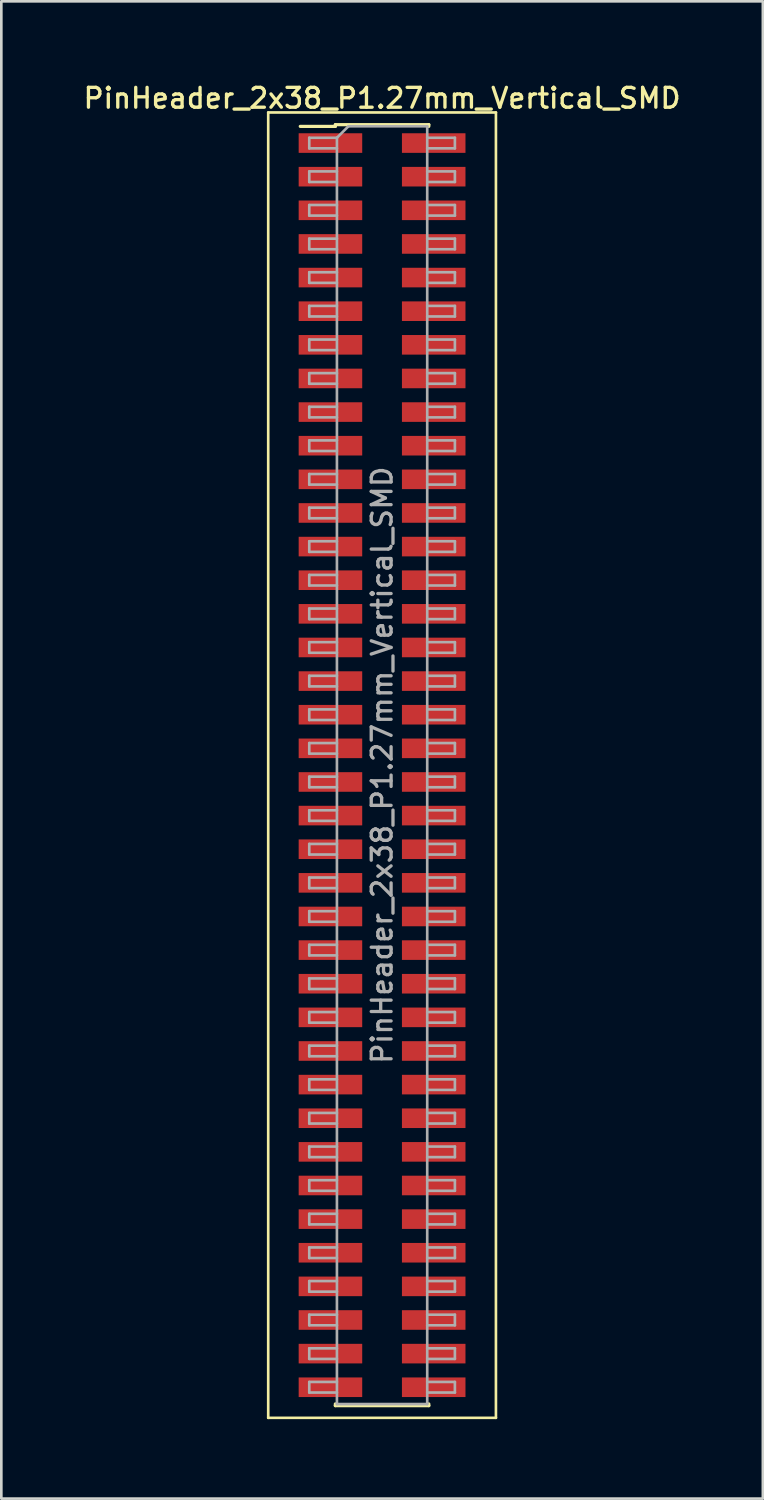
<source format=kicad_pcb>
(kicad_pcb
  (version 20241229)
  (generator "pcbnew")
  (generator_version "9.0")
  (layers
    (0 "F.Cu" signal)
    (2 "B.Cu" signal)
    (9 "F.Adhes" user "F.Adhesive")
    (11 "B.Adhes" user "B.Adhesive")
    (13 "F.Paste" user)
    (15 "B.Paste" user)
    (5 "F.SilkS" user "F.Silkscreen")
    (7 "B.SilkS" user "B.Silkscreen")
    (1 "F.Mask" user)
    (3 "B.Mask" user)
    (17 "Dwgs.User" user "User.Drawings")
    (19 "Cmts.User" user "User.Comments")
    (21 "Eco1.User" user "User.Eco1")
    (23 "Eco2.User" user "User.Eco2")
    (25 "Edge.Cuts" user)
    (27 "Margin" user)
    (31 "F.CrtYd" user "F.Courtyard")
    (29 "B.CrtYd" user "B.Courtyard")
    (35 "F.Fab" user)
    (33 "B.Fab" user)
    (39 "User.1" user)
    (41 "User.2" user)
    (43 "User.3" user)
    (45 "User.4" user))
  (footprint "PinHeader_2x38_P1.27mm_Vertical_SMD"
    (layer "F.Cu")
    (at 11.38 25.848)
    (property "Reference" "PinHeader_2x38_P1.27mm_Vertical_SMD" (at 0 -25.19 0) (layer "F.SilkS") (effects (font (size 0.75 0.75) (thickness 0.125))))
    (attr smd)
    (fp_line (start -4.3 -24.65) (end -4.3 24.65) (stroke (width 0.1) (type solid)) (layer "F.SilkS"))
    (fp_line (start -4.3 24.65) (end 4.3 24.65) (stroke (width 0.1) (type solid)) (layer "F.SilkS"))
    (fp_line (start -3.09 -24.125) (end -1.765 -24.125) (stroke (width 0.12) (type solid)) (layer "F.SilkS"))
    (fp_line (start -1.765 -24.19) (end -1.765 -24.125) (stroke (width 0.12) (type solid)) (layer "F.SilkS"))
    (fp_line (start -1.765 -24.19) (end 1.765 -24.19) (stroke (width 0.12) (type solid)) (layer "F.SilkS"))
    (fp_line (start -1.765 24.125) (end -1.765 24.19) (stroke (width 0.12) (type solid)) (layer "F.SilkS"))
    (fp_line (start -1.765 24.19) (end 1.765 24.19) (stroke (width 0.12) (type solid)) (layer "F.SilkS"))
    (fp_line (start 1.765 -24.19) (end 1.765 -24.125) (stroke (width 0.12) (type solid)) (layer "F.SilkS"))
    (fp_line (start 1.765 24.125) (end 1.765 24.19) (stroke (width 0.12) (type solid)) (layer "F.SilkS"))
    (fp_line (start 4.3 -24.65) (end -4.3 -24.65) (stroke (width 0.1) (type solid)) (layer "F.SilkS"))
    (fp_line (start 4.3 24.65) (end 4.3 -24.65) (stroke (width 0.1) (type solid)) (layer "F.SilkS"))
    (fp_line (start -2.75 -23.695) (end -2.75 -23.295) (stroke (width 0.1) (type solid)) (layer "F.Fab"))
    (fp_line (start -2.75 -23.295) (end -1.705 -23.295) (stroke (width 0.1) (type solid)) (layer "F.Fab"))
    (fp_line (start -2.75 -22.425) (end -2.75 -22.025) (stroke (width 0.1) (type solid)) (layer "F.Fab"))
    (fp_line (start -2.75 -22.025) (end -1.705 -22.025) (stroke (width 0.1) (type solid)) (layer "F.Fab"))
    (fp_line (start -2.75 -21.155) (end -2.75 -20.755) (stroke (width 0.1) (type solid)) (layer "F.Fab"))
    (fp_line (start -2.75 -20.755) (end -1.705 -20.755) (stroke (width 0.1) (type solid)) (layer "F.Fab"))
    (fp_line (start -2.75 -19.885) (end -2.75 -19.485) (stroke (width 0.1) (type solid)) (layer "F.Fab"))
    (fp_line (start -2.75 -19.485) (end -1.705 -19.485) (stroke (width 0.1) (type solid)) (layer "F.Fab"))
    (fp_line (start -2.75 -18.615) (end -2.75 -18.215) (stroke (width 0.1) (type solid)) (layer "F.Fab"))
    (fp_line (start -2.75 -18.215) (end -1.705 -18.215) (stroke (width 0.1) (type solid)) (layer "F.Fab"))
    (fp_line (start -2.75 -17.345) (end -2.75 -16.945) (stroke (width 0.1) (type solid)) (layer "F.Fab"))
    (fp_line (start -2.75 -16.945) (end -1.705 -16.945) (stroke (width 0.1) (type solid)) (layer "F.Fab"))
    (fp_line (start -2.75 -16.075) (end -2.75 -15.675) (stroke (width 0.1) (type solid)) (layer "F.Fab"))
    (fp_line (start -2.75 -15.675) (end -1.705 -15.675) (stroke (width 0.1) (type solid)) (layer "F.Fab"))
    (fp_line (start -2.75 -14.805) (end -2.75 -14.405) (stroke (width 0.1) (type solid)) (layer "F.Fab"))
    (fp_line (start -2.75 -14.405) (end -1.705 -14.405) (stroke (width 0.1) (type solid)) (layer "F.Fab"))
    (fp_line (start -2.75 -13.535) (end -2.75 -13.135) (stroke (width 0.1) (type solid)) (layer "F.Fab"))
    (fp_line (start -2.75 -13.135) (end -1.705 -13.135) (stroke (width 0.1) (type solid)) (layer "F.Fab"))
    (fp_line (start -2.75 -12.265) (end -2.75 -11.865) (stroke (width 0.1) (type solid)) (layer "F.Fab"))
    (fp_line (start -2.75 -11.865) (end -1.705 -11.865) (stroke (width 0.1) (type solid)) (layer "F.Fab"))
    (fp_line (start -2.75 -10.995) (end -2.75 -10.595) (stroke (width 0.1) (type solid)) (layer "F.Fab"))
    (fp_line (start -2.75 -10.595) (end -1.705 -10.595) (stroke (width 0.1) (type solid)) (layer "F.Fab"))
    (fp_line (start -2.75 -9.725) (end -2.75 -9.325) (stroke (width 0.1) (type solid)) (layer "F.Fab"))
    (fp_line (start -2.75 -9.325) (end -1.705 -9.325) (stroke (width 0.1) (type solid)) (layer "F.Fab"))
    (fp_line (start -2.75 -8.455) (end -2.75 -8.055) (stroke (width 0.1) (type solid)) (layer "F.Fab"))
    (fp_line (start -2.75 -8.055) (end -1.705 -8.055) (stroke (width 0.1) (type solid)) (layer "F.Fab"))
    (fp_line (start -2.75 -7.185) (end -2.75 -6.785) (stroke (width 0.1) (type solid)) (layer "F.Fab"))
    (fp_line (start -2.75 -6.785) (end -1.705 -6.785) (stroke (width 0.1) (type solid)) (layer "F.Fab"))
    (fp_line (start -2.75 -5.915) (end -2.75 -5.515) (stroke (width 0.1) (type solid)) (layer "F.Fab"))
    (fp_line (start -2.75 -5.515) (end -1.705 -5.515) (stroke (width 0.1) (type solid)) (layer "F.Fab"))
    (fp_line (start -2.75 -4.645) (end -2.75 -4.245) (stroke (width 0.1) (type solid)) (layer "F.Fab"))
    (fp_line (start -2.75 -4.245) (end -1.705 -4.245) (stroke (width 0.1) (type solid)) (layer "F.Fab"))
    (fp_line (start -2.75 -3.375) (end -2.75 -2.975) (stroke (width 0.1) (type solid)) (layer "F.Fab"))
    (fp_line (start -2.75 -2.975) (end -1.705 -2.975) (stroke (width 0.1) (type solid)) (layer "F.Fab"))
    (fp_line (start -2.75 -2.105) (end -2.75 -1.705) (stroke (width 0.1) (type solid)) (layer "F.Fab"))
    (fp_line (start -2.75 -1.705) (end -1.705 -1.705) (stroke (width 0.1) (type solid)) (layer "F.Fab"))
    (fp_line (start -2.75 -0.835) (end -2.75 -0.435) (stroke (width 0.1) (type solid)) (layer "F.Fab"))
    (fp_line (start -2.75 -0.435) (end -1.705 -0.435) (stroke (width 0.1) (type solid)) (layer "F.Fab"))
    (fp_line (start -2.75 0.435) (end -2.75 0.835) (stroke (width 0.1) (type solid)) (layer "F.Fab"))
    (fp_line (start -2.75 0.835) (end -1.705 0.835) (stroke (width 0.1) (type solid)) (layer "F.Fab"))
    (fp_line (start -2.75 1.705) (end -2.75 2.105) (stroke (width 0.1) (type solid)) (layer "F.Fab"))
    (fp_line (start -2.75 2.105) (end -1.705 2.105) (stroke (width 0.1) (type solid)) (layer "F.Fab"))
    (fp_line (start -2.75 2.975) (end -2.75 3.375) (stroke (width 0.1) (type solid)) (layer "F.Fab"))
    (fp_line (start -2.75 3.375) (end -1.705 3.375) (stroke (width 0.1) (type solid)) (layer "F.Fab"))
    (fp_line (start -2.75 4.245) (end -2.75 4.645) (stroke (width 0.1) (type solid)) (layer "F.Fab"))
    (fp_line (start -2.75 4.645) (end -1.705 4.645) (stroke (width 0.1) (type solid)) (layer "F.Fab"))
    (fp_line (start -2.75 5.515) (end -2.75 5.915) (stroke (width 0.1) (type solid)) (layer "F.Fab"))
    (fp_line (start -2.75 5.915) (end -1.705 5.915) (stroke (width 0.1) (type solid)) (layer "F.Fab"))
    (fp_line (start -2.75 6.785) (end -2.75 7.185) (stroke (width 0.1) (type solid)) (layer "F.Fab"))
    (fp_line (start -2.75 7.185) (end -1.705 7.185) (stroke (width 0.1) (type solid)) (layer "F.Fab"))
    (fp_line (start -2.75 8.055) (end -2.75 8.455) (stroke (width 0.1) (type solid)) (layer "F.Fab"))
    (fp_line (start -2.75 8.455) (end -1.705 8.455) (stroke (width 0.1) (type solid)) (layer "F.Fab"))
    (fp_line (start -2.75 9.325) (end -2.75 9.725) (stroke (width 0.1) (type solid)) (layer "F.Fab"))
    (fp_line (start -2.75 9.725) (end -1.705 9.725) (stroke (width 0.1) (type solid)) (layer "F.Fab"))
    (fp_line (start -2.75 10.595) (end -2.75 10.995) (stroke (width 0.1) (type solid)) (layer "F.Fab"))
    (fp_line (start -2.75 10.995) (end -1.705 10.995) (stroke (width 0.1) (type solid)) (layer "F.Fab"))
    (fp_line (start -2.75 11.865) (end -2.75 12.265) (stroke (width 0.1) (type solid)) (layer "F.Fab"))
    (fp_line (start -2.75 12.265) (end -1.705 12.265) (stroke (width 0.1) (type solid)) (layer "F.Fab"))
    (fp_line (start -2.75 13.135) (end -2.75 13.535) (stroke (width 0.1) (type solid)) (layer "F.Fab"))
    (fp_line (start -2.75 13.535) (end -1.705 13.535) (stroke (width 0.1) (type solid)) (layer "F.Fab"))
    (fp_line (start -2.75 14.405) (end -2.75 14.805) (stroke (width 0.1) (type solid)) (layer "F.Fab"))
    (fp_line (start -2.75 14.805) (end -1.705 14.805) (stroke (width 0.1) (type solid)) (layer "F.Fab"))
    (fp_line (start -2.75 15.675) (end -2.75 16.075) (stroke (width 0.1) (type solid)) (layer "F.Fab"))
    (fp_line (start -2.75 16.075) (end -1.705 16.075) (stroke (width 0.1) (type solid)) (layer "F.Fab"))
    (fp_line (start -2.75 16.945) (end -2.75 17.345) (stroke (width 0.1) (type solid)) (layer "F.Fab"))
    (fp_line (start -2.75 17.345) (end -1.705 17.345) (stroke (width 0.1) (type solid)) (layer "F.Fab"))
    (fp_line (start -2.75 18.215) (end -2.75 18.615) (stroke (width 0.1) (type solid)) (layer "F.Fab"))
    (fp_line (start -2.75 18.615) (end -1.705 18.615) (stroke (width 0.1) (type solid)) (layer "F.Fab"))
    (fp_line (start -2.75 19.485) (end -2.75 19.885) (stroke (width 0.1) (type solid)) (layer "F.Fab"))
    (fp_line (start -2.75 19.885) (end -1.705 19.885) (stroke (width 0.1) (type solid)) (layer "F.Fab"))
    (fp_line (start -2.75 20.755) (end -2.75 21.155) (stroke (width 0.1) (type solid)) (layer "F.Fab"))
    (fp_line (start -2.75 21.155) (end -1.705 21.155) (stroke (width 0.1) (type solid)) (layer "F.Fab"))
    (fp_line (start -2.75 22.025) (end -2.75 22.425) (stroke (width 0.1) (type solid)) (layer "F.Fab"))
    (fp_line (start -2.75 22.425) (end -1.705 22.425) (stroke (width 0.1) (type solid)) (layer "F.Fab"))
    (fp_line (start -2.75 23.295) (end -2.75 23.695) (stroke (width 0.1) (type solid)) (layer "F.Fab"))
    (fp_line (start -2.75 23.695) (end -1.705 23.695) (stroke (width 0.1) (type solid)) (layer "F.Fab"))
    (fp_line (start -1.705 -23.695) (end -2.75 -23.695) (stroke (width 0.1) (type solid)) (layer "F.Fab"))
    (fp_line (start -1.705 -23.695) (end -1.27 -24.13) (stroke (width 0.1) (type solid)) (layer "F.Fab"))
    (fp_line (start -1.705 -22.425) (end -2.75 -22.425) (stroke (width 0.1) (type solid)) (layer "F.Fab"))
    (fp_line (start -1.705 -21.155) (end -2.75 -21.155) (stroke (width 0.1) (type solid)) (layer "F.Fab"))
    (fp_line (start -1.705 -19.885) (end -2.75 -19.885) (stroke (width 0.1) (type solid)) (layer "F.Fab"))
    (fp_line (start -1.705 -18.615) (end -2.75 -18.615) (stroke (width 0.1) (type solid)) (layer "F.Fab"))
    (fp_line (start -1.705 -17.345) (end -2.75 -17.345) (stroke (width 0.1) (type solid)) (layer "F.Fab"))
    (fp_line (start -1.705 -16.075) (end -2.75 -16.075) (stroke (width 0.1) (type solid)) (layer "F.Fab"))
    (fp_line (start -1.705 -14.805) (end -2.75 -14.805) (stroke (width 0.1) (type solid)) (layer "F.Fab"))
    (fp_line (start -1.705 -13.535) (end -2.75 -13.535) (stroke (width 0.1) (type solid)) (layer "F.Fab"))
    (fp_line (start -1.705 -12.265) (end -2.75 -12.265) (stroke (width 0.1) (type solid)) (layer "F.Fab"))
    (fp_line (start -1.705 -10.995) (end -2.75 -10.995) (stroke (width 0.1) (type solid)) (layer "F.Fab"))
    (fp_line (start -1.705 -9.725) (end -2.75 -9.725) (stroke (width 0.1) (type solid)) (layer "F.Fab"))
    (fp_line (start -1.705 -8.455) (end -2.75 -8.455) (stroke (width 0.1) (type solid)) (layer "F.Fab"))
    (fp_line (start -1.705 -7.185) (end -2.75 -7.185) (stroke (width 0.1) (type solid)) (layer "F.Fab"))
    (fp_line (start -1.705 -5.915) (end -2.75 -5.915) (stroke (width 0.1) (type solid)) (layer "F.Fab"))
    (fp_line (start -1.705 -4.645) (end -2.75 -4.645) (stroke (width 0.1) (type solid)) (layer "F.Fab"))
    (fp_line (start -1.705 -3.375) (end -2.75 -3.375) (stroke (width 0.1) (type solid)) (layer "F.Fab"))
    (fp_line (start -1.705 -2.105) (end -2.75 -2.105) (stroke (width 0.1) (type solid)) (layer "F.Fab"))
    (fp_line (start -1.705 -0.835) (end -2.75 -0.835) (stroke (width 0.1) (type solid)) (layer "F.Fab"))
    (fp_line (start -1.705 0.435) (end -2.75 0.435) (stroke (width 0.1) (type solid)) (layer "F.Fab"))
    (fp_line (start -1.705 1.705) (end -2.75 1.705) (stroke (width 0.1) (type solid)) (layer "F.Fab"))
    (fp_line (start -1.705 2.975) (end -2.75 2.975) (stroke (width 0.1) (type solid)) (layer "F.Fab"))
    (fp_line (start -1.705 4.245) (end -2.75 4.245) (stroke (width 0.1) (type solid)) (layer "F.Fab"))
    (fp_line (start -1.705 5.515) (end -2.75 5.515) (stroke (width 0.1) (type solid)) (layer "F.Fab"))
    (fp_line (start -1.705 6.785) (end -2.75 6.785) (stroke (width 0.1) (type solid)) (layer "F.Fab"))
    (fp_line (start -1.705 8.055) (end -2.75 8.055) (stroke (width 0.1) (type solid)) (layer "F.Fab"))
    (fp_line (start -1.705 9.325) (end -2.75 9.325) (stroke (width 0.1) (type solid)) (layer "F.Fab"))
    (fp_line (start -1.705 10.595) (end -2.75 10.595) (stroke (width 0.1) (type solid)) (layer "F.Fab"))
    (fp_line (start -1.705 11.865) (end -2.75 11.865) (stroke (width 0.1) (type solid)) (layer "F.Fab"))
    (fp_line (start -1.705 13.135) (end -2.75 13.135) (stroke (width 0.1) (type solid)) (layer "F.Fab"))
    (fp_line (start -1.705 14.405) (end -2.75 14.405) (stroke (width 0.1) (type solid)) (layer "F.Fab"))
    (fp_line (start -1.705 15.675) (end -2.75 15.675) (stroke (width 0.1) (type solid)) (layer "F.Fab"))
    (fp_line (start -1.705 16.945) (end -2.75 16.945) (stroke (width 0.1) (type solid)) (layer "F.Fab"))
    (fp_line (start -1.705 18.215) (end -2.75 18.215) (stroke (width 0.1) (type solid)) (layer "F.Fab"))
    (fp_line (start -1.705 19.485) (end -2.75 19.485) (stroke (width 0.1) (type solid)) (layer "F.Fab"))
    (fp_line (start -1.705 20.755) (end -2.75 20.755) (stroke (width 0.1) (type solid)) (layer "F.Fab"))
    (fp_line (start -1.705 22.025) (end -2.75 22.025) (stroke (width 0.1) (type solid)) (layer "F.Fab"))
    (fp_line (start -1.705 23.295) (end -2.75 23.295) (stroke (width 0.1) (type solid)) (layer "F.Fab"))
    (fp_line (start -1.705 24.13) (end -1.705 -23.695) (stroke (width 0.1) (type solid)) (layer "F.Fab"))
    (fp_line (start -1.27 -24.13) (end 1.705 -24.13) (stroke (width 0.1) (type solid)) (layer "F.Fab"))
    (fp_line (start 1.705 -24.13) (end 1.705 24.13) (stroke (width 0.1) (type solid)) (layer "F.Fab"))
    (fp_line (start 1.705 -23.695) (end 2.75 -23.695) (stroke (width 0.1) (type solid)) (layer "F.Fab"))
    (fp_line (start 1.705 -22.425) (end 2.75 -22.425) (stroke (width 0.1) (type solid)) (layer "F.Fab"))
    (fp_line (start 1.705 -21.155) (end 2.75 -21.155) (stroke (width 0.1) (type solid)) (layer "F.Fab"))
    (fp_line (start 1.705 -19.885) (end 2.75 -19.885) (stroke (width 0.1) (type solid)) (layer "F.Fab"))
    (fp_line (start 1.705 -18.615) (end 2.75 -18.615) (stroke (width 0.1) (type solid)) (layer "F.Fab"))
    (fp_line (start 1.705 -17.345) (end 2.75 -17.345) (stroke (width 0.1) (type solid)) (layer "F.Fab"))
    (fp_line (start 1.705 -16.075) (end 2.75 -16.075) (stroke (width 0.1) (type solid)) (layer "F.Fab"))
    (fp_line (start 1.705 -14.805) (end 2.75 -14.805) (stroke (width 0.1) (type solid)) (layer "F.Fab"))
    (fp_line (start 1.705 -13.535) (end 2.75 -13.535) (stroke (width 0.1) (type solid)) (layer "F.Fab"))
    (fp_line (start 1.705 -12.265) (end 2.75 -12.265) (stroke (width 0.1) (type solid)) (layer "F.Fab"))
    (fp_line (start 1.705 -10.995) (end 2.75 -10.995) (stroke (width 0.1) (type solid)) (layer "F.Fab"))
    (fp_line (start 1.705 -9.725) (end 2.75 -9.725) (stroke (width 0.1) (type solid)) (layer "F.Fab"))
    (fp_line (start 1.705 -8.455) (end 2.75 -8.455) (stroke (width 0.1) (type solid)) (layer "F.Fab"))
    (fp_line (start 1.705 -7.185) (end 2.75 -7.185) (stroke (width 0.1) (type solid)) (layer "F.Fab"))
    (fp_line (start 1.705 -5.915) (end 2.75 -5.915) (stroke (width 0.1) (type solid)) (layer "F.Fab"))
    (fp_line (start 1.705 -4.645) (end 2.75 -4.645) (stroke (width 0.1) (type solid)) (layer "F.Fab"))
    (fp_line (start 1.705 -3.375) (end 2.75 -3.375) (stroke (width 0.1) (type solid)) (layer "F.Fab"))
    (fp_line (start 1.705 -2.105) (end 2.75 -2.105) (stroke (width 0.1) (type solid)) (layer "F.Fab"))
    (fp_line (start 1.705 -0.835) (end 2.75 -0.835) (stroke (width 0.1) (type solid)) (layer "F.Fab"))
    (fp_line (start 1.705 0.435) (end 2.75 0.435) (stroke (width 0.1) (type solid)) (layer "F.Fab"))
    (fp_line (start 1.705 1.705) (end 2.75 1.705) (stroke (width 0.1) (type solid)) (layer "F.Fab"))
    (fp_line (start 1.705 2.975) (end 2.75 2.975) (stroke (width 0.1) (type solid)) (layer "F.Fab"))
    (fp_line (start 1.705 4.245) (end 2.75 4.245) (stroke (width 0.1) (type solid)) (layer "F.Fab"))
    (fp_line (start 1.705 5.515) (end 2.75 5.515) (stroke (width 0.1) (type solid)) (layer "F.Fab"))
    (fp_line (start 1.705 6.785) (end 2.75 6.785) (stroke (width 0.1) (type solid)) (layer "F.Fab"))
    (fp_line (start 1.705 8.055) (end 2.75 8.055) (stroke (width 0.1) (type solid)) (layer "F.Fab"))
    (fp_line (start 1.705 9.325) (end 2.75 9.325) (stroke (width 0.1) (type solid)) (layer "F.Fab"))
    (fp_line (start 1.705 10.595) (end 2.75 10.595) (stroke (width 0.1) (type solid)) (layer "F.Fab"))
    (fp_line (start 1.705 11.865) (end 2.75 11.865) (stroke (width 0.1) (type solid)) (layer "F.Fab"))
    (fp_line (start 1.705 13.135) (end 2.75 13.135) (stroke (width 0.1) (type solid)) (layer "F.Fab"))
    (fp_line (start 1.705 14.405) (end 2.75 14.405) (stroke (width 0.1) (type solid)) (layer "F.Fab"))
    (fp_line (start 1.705 15.675) (end 2.75 15.675) (stroke (width 0.1) (type solid)) (layer "F.Fab"))
    (fp_line (start 1.705 16.945) (end 2.75 16.945) (stroke (width 0.1) (type solid)) (layer "F.Fab"))
    (fp_line (start 1.705 18.215) (end 2.75 18.215) (stroke (width 0.1) (type solid)) (layer "F.Fab"))
    (fp_line (start 1.705 19.485) (end 2.75 19.485) (stroke (width 0.1) (type solid)) (layer "F.Fab"))
    (fp_line (start 1.705 20.755) (end 2.75 20.755) (stroke (width 0.1) (type solid)) (layer "F.Fab"))
    (fp_line (start 1.705 22.025) (end 2.75 22.025) (stroke (width 0.1) (type solid)) (layer "F.Fab"))
    (fp_line (start 1.705 23.295) (end 2.75 23.295) (stroke (width 0.1) (type solid)) (layer "F.Fab"))
    (fp_line (start 1.705 24.13) (end -1.705 24.13) (stroke (width 0.1) (type solid)) (layer "F.Fab"))
    (fp_line (start 2.75 -23.695) (end 2.75 -23.295) (stroke (width 0.1) (type solid)) (layer "F.Fab"))
    (fp_line (start 2.75 -23.295) (end 1.705 -23.295) (stroke (width 0.1) (type solid)) (layer "F.Fab"))
    (fp_line (start 2.75 -22.425) (end 2.75 -22.025) (stroke (width 0.1) (type solid)) (layer "F.Fab"))
    (fp_line (start 2.75 -22.025) (end 1.705 -22.025) (stroke (width 0.1) (type solid)) (layer "F.Fab"))
    (fp_line (start 2.75 -21.155) (end 2.75 -20.755) (stroke (width 0.1) (type solid)) (layer "F.Fab"))
    (fp_line (start 2.75 -20.755) (end 1.705 -20.755) (stroke (width 0.1) (type solid)) (layer "F.Fab"))
    (fp_line (start 2.75 -19.885) (end 2.75 -19.485) (stroke (width 0.1) (type solid)) (layer "F.Fab"))
    (fp_line (start 2.75 -19.485) (end 1.705 -19.485) (stroke (width 0.1) (type solid)) (layer "F.Fab"))
    (fp_line (start 2.75 -18.615) (end 2.75 -18.215) (stroke (width 0.1) (type solid)) (layer "F.Fab"))
    (fp_line (start 2.75 -18.215) (end 1.705 -18.215) (stroke (width 0.1) (type solid)) (layer "F.Fab"))
    (fp_line (start 2.75 -17.345) (end 2.75 -16.945) (stroke (width 0.1) (type solid)) (layer "F.Fab"))
    (fp_line (start 2.75 -16.945) (end 1.705 -16.945) (stroke (width 0.1) (type solid)) (layer "F.Fab"))
    (fp_line (start 2.75 -16.075) (end 2.75 -15.675) (stroke (width 0.1) (type solid)) (layer "F.Fab"))
    (fp_line (start 2.75 -15.675) (end 1.705 -15.675) (stroke (width 0.1) (type solid)) (layer "F.Fab"))
    (fp_line (start 2.75 -14.805) (end 2.75 -14.405) (stroke (width 0.1) (type solid)) (layer "F.Fab"))
    (fp_line (start 2.75 -14.405) (end 1.705 -14.405) (stroke (width 0.1) (type solid)) (layer "F.Fab"))
    (fp_line (start 2.75 -13.535) (end 2.75 -13.135) (stroke (width 0.1) (type solid)) (layer "F.Fab"))
    (fp_line (start 2.75 -13.135) (end 1.705 -13.135) (stroke (width 0.1) (type solid)) (layer "F.Fab"))
    (fp_line (start 2.75 -12.265) (end 2.75 -11.865) (stroke (width 0.1) (type solid)) (layer "F.Fab"))
    (fp_line (start 2.75 -11.865) (end 1.705 -11.865) (stroke (width 0.1) (type solid)) (layer "F.Fab"))
    (fp_line (start 2.75 -10.995) (end 2.75 -10.595) (stroke (width 0.1) (type solid)) (layer "F.Fab"))
    (fp_line (start 2.75 -10.595) (end 1.705 -10.595) (stroke (width 0.1) (type solid)) (layer "F.Fab"))
    (fp_line (start 2.75 -9.725) (end 2.75 -9.325) (stroke (width 0.1) (type solid)) (layer "F.Fab"))
    (fp_line (start 2.75 -9.325) (end 1.705 -9.325) (stroke (width 0.1) (type solid)) (layer "F.Fab"))
    (fp_line (start 2.75 -8.455) (end 2.75 -8.055) (stroke (width 0.1) (type solid)) (layer "F.Fab"))
    (fp_line (start 2.75 -8.055) (end 1.705 -8.055) (stroke (width 0.1) (type solid)) (layer "F.Fab"))
    (fp_line (start 2.75 -7.185) (end 2.75 -6.785) (stroke (width 0.1) (type solid)) (layer "F.Fab"))
    (fp_line (start 2.75 -6.785) (end 1.705 -6.785) (stroke (width 0.1) (type solid)) (layer "F.Fab"))
    (fp_line (start 2.75 -5.915) (end 2.75 -5.515) (stroke (width 0.1) (type solid)) (layer "F.Fab"))
    (fp_line (start 2.75 -5.515) (end 1.705 -5.515) (stroke (width 0.1) (type solid)) (layer "F.Fab"))
    (fp_line (start 2.75 -4.645) (end 2.75 -4.245) (stroke (width 0.1) (type solid)) (layer "F.Fab"))
    (fp_line (start 2.75 -4.245) (end 1.705 -4.245) (stroke (width 0.1) (type solid)) (layer "F.Fab"))
    (fp_line (start 2.75 -3.375) (end 2.75 -2.975) (stroke (width 0.1) (type solid)) (layer "F.Fab"))
    (fp_line (start 2.75 -2.975) (end 1.705 -2.975) (stroke (width 0.1) (type solid)) (layer "F.Fab"))
    (fp_line (start 2.75 -2.105) (end 2.75 -1.705) (stroke (width 0.1) (type solid)) (layer "F.Fab"))
    (fp_line (start 2.75 -1.705) (end 1.705 -1.705) (stroke (width 0.1) (type solid)) (layer "F.Fab"))
    (fp_line (start 2.75 -0.835) (end 2.75 -0.435) (stroke (width 0.1) (type solid)) (layer "F.Fab"))
    (fp_line (start 2.75 -0.435) (end 1.705 -0.435) (stroke (width 0.1) (type solid)) (layer "F.Fab"))
    (fp_line (start 2.75 0.435) (end 2.75 0.835) (stroke (width 0.1) (type solid)) (layer "F.Fab"))
    (fp_line (start 2.75 0.835) (end 1.705 0.835) (stroke (width 0.1) (type solid)) (layer "F.Fab"))
    (fp_line (start 2.75 1.705) (end 2.75 2.105) (stroke (width 0.1) (type solid)) (layer "F.Fab"))
    (fp_line (start 2.75 2.105) (end 1.705 2.105) (stroke (width 0.1) (type solid)) (layer "F.Fab"))
    (fp_line (start 2.75 2.975) (end 2.75 3.375) (stroke (width 0.1) (type solid)) (layer "F.Fab"))
    (fp_line (start 2.75 3.375) (end 1.705 3.375) (stroke (width 0.1) (type solid)) (layer "F.Fab"))
    (fp_line (start 2.75 4.245) (end 2.75 4.645) (stroke (width 0.1) (type solid)) (layer "F.Fab"))
    (fp_line (start 2.75 4.645) (end 1.705 4.645) (stroke (width 0.1) (type solid)) (layer "F.Fab"))
    (fp_line (start 2.75 5.515) (end 2.75 5.915) (stroke (width 0.1) (type solid)) (layer "F.Fab"))
    (fp_line (start 2.75 5.915) (end 1.705 5.915) (stroke (width 0.1) (type solid)) (layer "F.Fab"))
    (fp_line (start 2.75 6.785) (end 2.75 7.185) (stroke (width 0.1) (type solid)) (layer "F.Fab"))
    (fp_line (start 2.75 7.185) (end 1.705 7.185) (stroke (width 0.1) (type solid)) (layer "F.Fab"))
    (fp_line (start 2.75 8.055) (end 2.75 8.455) (stroke (width 0.1) (type solid)) (layer "F.Fab"))
    (fp_line (start 2.75 8.455) (end 1.705 8.455) (stroke (width 0.1) (type solid)) (layer "F.Fab"))
    (fp_line (start 2.75 9.325) (end 2.75 9.725) (stroke (width 0.1) (type solid)) (layer "F.Fab"))
    (fp_line (start 2.75 9.725) (end 1.705 9.725) (stroke (width 0.1) (type solid)) (layer "F.Fab"))
    (fp_line (start 2.75 10.595) (end 2.75 10.995) (stroke (width 0.1) (type solid)) (layer "F.Fab"))
    (fp_line (start 2.75 10.995) (end 1.705 10.995) (stroke (width 0.1) (type solid)) (layer "F.Fab"))
    (fp_line (start 2.75 11.865) (end 2.75 12.265) (stroke (width 0.1) (type solid)) (layer "F.Fab"))
    (fp_line (start 2.75 12.265) (end 1.705 12.265) (stroke (width 0.1) (type solid)) (layer "F.Fab"))
    (fp_line (start 2.75 13.135) (end 2.75 13.535) (stroke (width 0.1) (type solid)) (layer "F.Fab"))
    (fp_line (start 2.75 13.535) (end 1.705 13.535) (stroke (width 0.1) (type solid)) (layer "F.Fab"))
    (fp_line (start 2.75 14.405) (end 2.75 14.805) (stroke (width 0.1) (type solid)) (layer "F.Fab"))
    (fp_line (start 2.75 14.805) (end 1.705 14.805) (stroke (width 0.1) (type solid)) (layer "F.Fab"))
    (fp_line (start 2.75 15.675) (end 2.75 16.075) (stroke (width 0.1) (type solid)) (layer "F.Fab"))
    (fp_line (start 2.75 16.075) (end 1.705 16.075) (stroke (width 0.1) (type solid)) (layer "F.Fab"))
    (fp_line (start 2.75 16.945) (end 2.75 17.345) (stroke (width 0.1) (type solid)) (layer "F.Fab"))
    (fp_line (start 2.75 17.345) (end 1.705 17.345) (stroke (width 0.1) (type solid)) (layer "F.Fab"))
    (fp_line (start 2.75 18.215) (end 2.75 18.615) (stroke (width 0.1) (type solid)) (layer "F.Fab"))
    (fp_line (start 2.75 18.615) (end 1.705 18.615) (stroke (width 0.1) (type solid)) (layer "F.Fab"))
    (fp_line (start 2.75 19.485) (end 2.75 19.885) (stroke (width 0.1) (type solid)) (layer "F.Fab"))
    (fp_line (start 2.75 19.885) (end 1.705 19.885) (stroke (width 0.1) (type solid)) (layer "F.Fab"))
    (fp_line (start 2.75 20.755) (end 2.75 21.155) (stroke (width 0.1) (type solid)) (layer "F.Fab"))
    (fp_line (start 2.75 21.155) (end 1.705 21.155) (stroke (width 0.1) (type solid)) (layer "F.Fab"))
    (fp_line (start 2.75 22.025) (end 2.75 22.425) (stroke (width 0.1) (type solid)) (layer "F.Fab"))
    (fp_line (start 2.75 22.425) (end 1.705 22.425) (stroke (width 0.1) (type solid)) (layer "F.Fab"))
    (fp_line (start 2.75 23.295) (end 2.75 23.695) (stroke (width 0.1) (type solid)) (layer "F.Fab"))
    (fp_line (start 2.75 23.695) (end 1.705 23.695) (stroke (width 0.1) (type solid)) (layer "F.Fab"))
    (fp_text user "${REFERENCE}" (at 0 0 90) (layer "F.Fab") (effects (font (size 0.75 0.75) (thickness 0.125))))
    (pad "1" smd rect (at -1.95 -23.495) (size 2.4 0.74) (layers "F.Cu" "F.Mask" "F.Paste"))
    (pad "2" smd rect (at 1.95 -23.495) (size 2.4 0.74) (layers "F.Cu" "F.Mask" "F.Paste"))
    (pad "3" smd rect (at -1.95 -22.225) (size 2.4 0.74) (layers "F.Cu" "F.Mask" "F.Paste"))
    (pad "4" smd rect (at 1.95 -22.225) (size 2.4 0.74) (layers "F.Cu" "F.Mask" "F.Paste"))
    (pad "5" smd rect (at -1.95 -20.955) (size 2.4 0.74) (layers "F.Cu" "F.Mask" "F.Paste"))
    (pad "6" smd rect (at 1.95 -20.955) (size 2.4 0.74) (layers "F.Cu" "F.Mask" "F.Paste"))
    (pad "7" smd rect (at -1.95 -19.685) (size 2.4 0.74) (layers "F.Cu" "F.Mask" "F.Paste"))
    (pad "8" smd rect (at 1.95 -19.685) (size 2.4 0.74) (layers "F.Cu" "F.Mask" "F.Paste"))
    (pad "9" smd rect (at -1.95 -18.415) (size 2.4 0.74) (layers "F.Cu" "F.Mask" "F.Paste"))
    (pad "10" smd rect (at 1.95 -18.415) (size 2.4 0.74) (layers "F.Cu" "F.Mask" "F.Paste"))
    (pad "11" smd rect (at -1.95 -17.145) (size 2.4 0.74) (layers "F.Cu" "F.Mask" "F.Paste"))
    (pad "12" smd rect (at 1.95 -17.145) (size 2.4 0.74) (layers "F.Cu" "F.Mask" "F.Paste"))
    (pad "13" smd rect (at -1.95 -15.875) (size 2.4 0.74) (layers "F.Cu" "F.Mask" "F.Paste"))
    (pad "14" smd rect (at 1.95 -15.875) (size 2.4 0.74) (layers "F.Cu" "F.Mask" "F.Paste"))
    (pad "15" smd rect (at -1.95 -14.605) (size 2.4 0.74) (layers "F.Cu" "F.Mask" "F.Paste"))
    (pad "16" smd rect (at 1.95 -14.605) (size 2.4 0.74) (layers "F.Cu" "F.Mask" "F.Paste"))
    (pad "17" smd rect (at -1.95 -13.335) (size 2.4 0.74) (layers "F.Cu" "F.Mask" "F.Paste"))
    (pad "18" smd rect (at 1.95 -13.335) (size 2.4 0.74) (layers "F.Cu" "F.Mask" "F.Paste"))
    (pad "19" smd rect (at -1.95 -12.065) (size 2.4 0.74) (layers "F.Cu" "F.Mask" "F.Paste"))
    (pad "20" smd rect (at 1.95 -12.065) (size 2.4 0.74) (layers "F.Cu" "F.Mask" "F.Paste"))
    (pad "21" smd rect (at -1.95 -10.795) (size 2.4 0.74) (layers "F.Cu" "F.Mask" "F.Paste"))
    (pad "22" smd rect (at 1.95 -10.795) (size 2.4 0.74) (layers "F.Cu" "F.Mask" "F.Paste"))
    (pad "23" smd rect (at -1.95 -9.525) (size 2.4 0.74) (layers "F.Cu" "F.Mask" "F.Paste"))
    (pad "24" smd rect (at 1.95 -9.525) (size 2.4 0.74) (layers "F.Cu" "F.Mask" "F.Paste"))
    (pad "25" smd rect (at -1.95 -8.255) (size 2.4 0.74) (layers "F.Cu" "F.Mask" "F.Paste"))
    (pad "26" smd rect (at 1.95 -8.255) (size 2.4 0.74) (layers "F.Cu" "F.Mask" "F.Paste"))
    (pad "27" smd rect (at -1.95 -6.985) (size 2.4 0.74) (layers "F.Cu" "F.Mask" "F.Paste"))
    (pad "28" smd rect (at 1.95 -6.985) (size 2.4 0.74) (layers "F.Cu" "F.Mask" "F.Paste"))
    (pad "29" smd rect (at -1.95 -5.715) (size 2.4 0.74) (layers "F.Cu" "F.Mask" "F.Paste"))
    (pad "30" smd rect (at 1.95 -5.715) (size 2.4 0.74) (layers "F.Cu" "F.Mask" "F.Paste"))
    (pad "31" smd rect (at -1.95 -4.445) (size 2.4 0.74) (layers "F.Cu" "F.Mask" "F.Paste"))
    (pad "32" smd rect (at 1.95 -4.445) (size 2.4 0.74) (layers "F.Cu" "F.Mask" "F.Paste"))
    (pad "33" smd rect (at -1.95 -3.175) (size 2.4 0.74) (layers "F.Cu" "F.Mask" "F.Paste"))
    (pad "34" smd rect (at 1.95 -3.175) (size 2.4 0.74) (layers "F.Cu" "F.Mask" "F.Paste"))
    (pad "35" smd rect (at -1.95 -1.905) (size 2.4 0.74) (layers "F.Cu" "F.Mask" "F.Paste"))
    (pad "36" smd rect (at 1.95 -1.905) (size 2.4 0.74) (layers "F.Cu" "F.Mask" "F.Paste"))
    (pad "37" smd rect (at -1.95 -0.635) (size 2.4 0.74) (layers "F.Cu" "F.Mask" "F.Paste"))
    (pad "38" smd rect (at 1.95 -0.635) (size 2.4 0.74) (layers "F.Cu" "F.Mask" "F.Paste"))
    (pad "39" smd rect (at -1.95 0.635) (size 2.4 0.74) (layers "F.Cu" "F.Mask" "F.Paste"))
    (pad "40" smd rect (at 1.95 0.635) (size 2.4 0.74) (layers "F.Cu" "F.Mask" "F.Paste"))
    (pad "41" smd rect (at -1.95 1.905) (size 2.4 0.74) (layers "F.Cu" "F.Mask" "F.Paste"))
    (pad "42" smd rect (at 1.95 1.905) (size 2.4 0.74) (layers "F.Cu" "F.Mask" "F.Paste"))
    (pad "43" smd rect (at -1.95 3.175) (size 2.4 0.74) (layers "F.Cu" "F.Mask" "F.Paste"))
    (pad "44" smd rect (at 1.95 3.175) (size 2.4 0.74) (layers "F.Cu" "F.Mask" "F.Paste"))
    (pad "45" smd rect (at -1.95 4.445) (size 2.4 0.74) (layers "F.Cu" "F.Mask" "F.Paste"))
    (pad "46" smd rect (at 1.95 4.445) (size 2.4 0.74) (layers "F.Cu" "F.Mask" "F.Paste"))
    (pad "47" smd rect (at -1.95 5.715) (size 2.4 0.74) (layers "F.Cu" "F.Mask" "F.Paste"))
    (pad "48" smd rect (at 1.95 5.715) (size 2.4 0.74) (layers "F.Cu" "F.Mask" "F.Paste"))
    (pad "49" smd rect (at -1.95 6.985) (size 2.4 0.74) (layers "F.Cu" "F.Mask" "F.Paste"))
    (pad "50" smd rect (at 1.95 6.985) (size 2.4 0.74) (layers "F.Cu" "F.Mask" "F.Paste"))
    (pad "51" smd rect (at -1.95 8.255) (size 2.4 0.74) (layers "F.Cu" "F.Mask" "F.Paste"))
    (pad "52" smd rect (at 1.95 8.255) (size 2.4 0.74) (layers "F.Cu" "F.Mask" "F.Paste"))
    (pad "53" smd rect (at -1.95 9.525) (size 2.4 0.74) (layers "F.Cu" "F.Mask" "F.Paste"))
    (pad "54" smd rect (at 1.95 9.525) (size 2.4 0.74) (layers "F.Cu" "F.Mask" "F.Paste"))
    (pad "55" smd rect (at -1.95 10.795) (size 2.4 0.74) (layers "F.Cu" "F.Mask" "F.Paste"))
    (pad "56" smd rect (at 1.95 10.795) (size 2.4 0.74) (layers "F.Cu" "F.Mask" "F.Paste"))
    (pad "57" smd rect (at -1.95 12.065) (size 2.4 0.74) (layers "F.Cu" "F.Mask" "F.Paste"))
    (pad "58" smd rect (at 1.95 12.065) (size 2.4 0.74) (layers "F.Cu" "F.Mask" "F.Paste"))
    (pad "59" smd rect (at -1.95 13.335) (size 2.4 0.74) (layers "F.Cu" "F.Mask" "F.Paste"))
    (pad "60" smd rect (at 1.95 13.335) (size 2.4 0.74) (layers "F.Cu" "F.Mask" "F.Paste"))
    (pad "61" smd rect (at -1.95 14.605) (size 2.4 0.74) (layers "F.Cu" "F.Mask" "F.Paste"))
    (pad "62" smd rect (at 1.95 14.605) (size 2.4 0.74) (layers "F.Cu" "F.Mask" "F.Paste"))
    (pad "63" smd rect (at -1.95 15.875) (size 2.4 0.74) (layers "F.Cu" "F.Mask" "F.Paste"))
    (pad "64" smd rect (at 1.95 15.875) (size 2.4 0.74) (layers "F.Cu" "F.Mask" "F.Paste"))
    (pad "65" smd rect (at -1.95 17.145) (size 2.4 0.74) (layers "F.Cu" "F.Mask" "F.Paste"))
    (pad "66" smd rect (at 1.95 17.145) (size 2.4 0.74) (layers "F.Cu" "F.Mask" "F.Paste"))
    (pad "67" smd rect (at -1.95 18.415) (size 2.4 0.74) (layers "F.Cu" "F.Mask" "F.Paste"))
    (pad "68" smd rect (at 1.95 18.415) (size 2.4 0.74) (layers "F.Cu" "F.Mask" "F.Paste"))
    (pad "69" smd rect (at -1.95 19.685) (size 2.4 0.74) (layers "F.Cu" "F.Mask" "F.Paste"))
    (pad "70" smd rect (at 1.95 19.685) (size 2.4 0.74) (layers "F.Cu" "F.Mask" "F.Paste"))
    (pad "71" smd rect (at -1.95 20.955) (size 2.4 0.74) (layers "F.Cu" "F.Mask" "F.Paste"))
    (pad "72" smd rect (at 1.95 20.955) (size 2.4 0.74) (layers "F.Cu" "F.Mask" "F.Paste"))
    (pad "73" smd rect (at -1.95 22.225) (size 2.4 0.74) (layers "F.Cu" "F.Mask" "F.Paste"))
    (pad "74" smd rect (at 1.95 22.225) (size 2.4 0.74) (layers "F.Cu" "F.Mask" "F.Paste"))
    (pad "75" smd rect (at -1.95 23.495) (size 2.4 0.74) (layers "F.Cu" "F.Mask" "F.Paste"))
    (pad "76" smd rect (at 1.95 23.495) (size 2.4 0.74) (layers "F.Cu" "F.Mask" "F.Paste")))
  (gr_rect
    (start -3 -3)
    (end 25.761 53.548)
    (stroke (width 0.1) (type default))
    (fill no)
    (layer "Edge.Cuts")))
</source>
